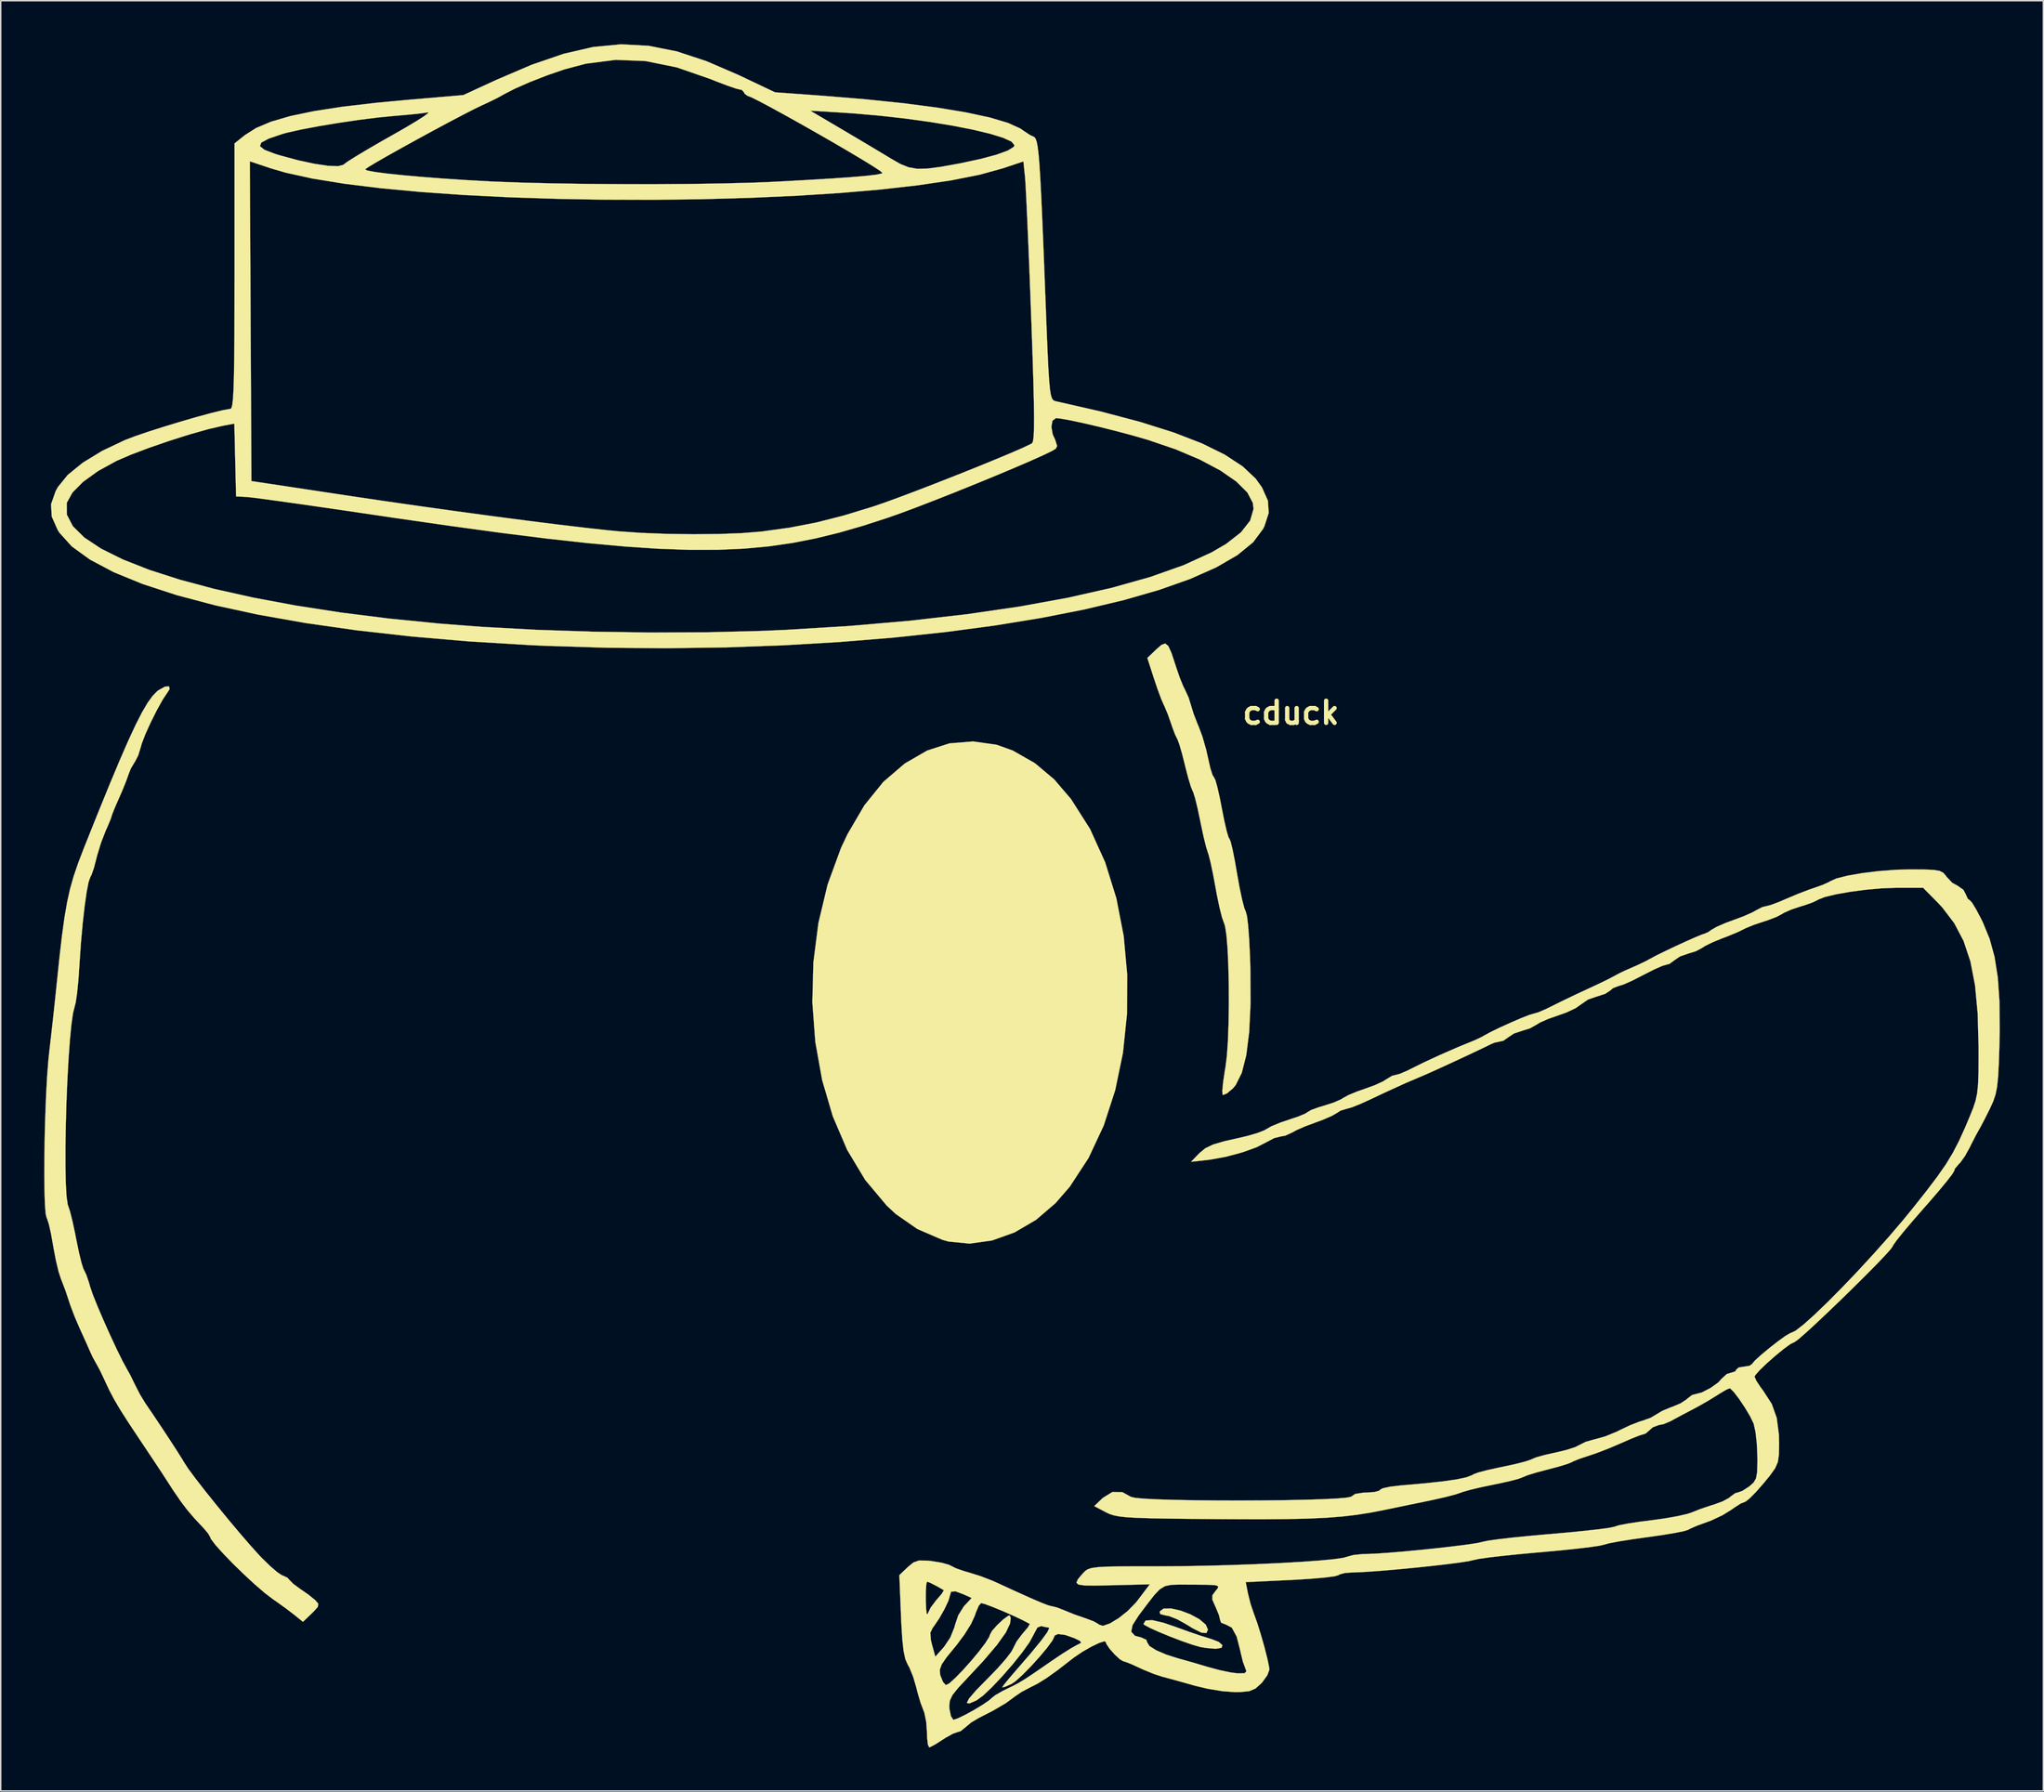
<source format=kicad_pcb>
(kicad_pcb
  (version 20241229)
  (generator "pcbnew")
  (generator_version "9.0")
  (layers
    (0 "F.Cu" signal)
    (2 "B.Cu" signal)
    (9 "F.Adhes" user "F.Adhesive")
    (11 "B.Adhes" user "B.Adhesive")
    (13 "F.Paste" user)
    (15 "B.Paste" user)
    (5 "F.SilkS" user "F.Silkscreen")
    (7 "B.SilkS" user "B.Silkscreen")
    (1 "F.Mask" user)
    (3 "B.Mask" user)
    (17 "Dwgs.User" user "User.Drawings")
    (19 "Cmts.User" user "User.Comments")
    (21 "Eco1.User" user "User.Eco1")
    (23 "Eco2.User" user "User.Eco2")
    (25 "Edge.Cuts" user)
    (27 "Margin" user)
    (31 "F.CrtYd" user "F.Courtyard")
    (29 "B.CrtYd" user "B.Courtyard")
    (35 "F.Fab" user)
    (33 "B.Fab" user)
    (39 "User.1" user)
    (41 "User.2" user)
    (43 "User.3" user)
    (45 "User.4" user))
  (footprint "cduck"
    (layer "F.Cu")
    (at 85.93 46.1)
    (property "Reference" "cduck" (at 0 0 0) (layer "F.SilkS") (effects (font (size 1.524 1.524) (thickness 0.3))))
    (attr through_hole)
    (fp_poly (pts (xy -7.607 61.899) (xy -6.919 62.16) (xy -6.303 62.496) (xy -5.867 62.868) (xy -5.715 63.211) (xy -5.823 63.449) (xy -6.168 63.42) (xy -6.78 63.115) (xy -7.197 62.855) (xy -7.833 62.5) (xy -8.408 62.275) (xy -8.643 62.234) (xy -9.004 62.14) (xy -9.044 61.965) (xy -8.776 61.762) (xy -8.262 61.753) (xy -7.607 61.899)) (stroke (width 0.01) (type solid)) (fill yes) (layer "F.SilkS"))
    (fp_poly (pts (xy -8.766 62.744) (xy -7.911 63.038) (xy -7.032 63.356) (xy -6.213 63.635) (xy -5.606 63.824) (xy -5.52 63.848) (xy -4.974 64.057) (xy -4.717 64.287) (xy -4.778 64.469) (xy -5.187 64.535) (xy -5.221 64.534) (xy -5.832 64.48) (xy -6.244 64.411) (xy -6.8 64.25) (xy -7.523 63.998) (xy -8.313 63.696) (xy -9.069 63.385) (xy -9.692 63.106) (xy -10.081 62.898) (xy -10.16 62.822) (xy -10.012 62.584) (xy -9.553 62.558) (xy -8.766 62.744)) (stroke (width 0.01) (type solid)) (fill yes) (layer "F.SilkS"))
    (fp_poly (pts (xy -20.285 2.2) (xy -19.171 2.599) (xy -17.642 3.471) (xy -16.316 4.588) (xy -15.152 5.947) (xy -13.842 8.008) (xy -12.801 10.306) (xy -12.029 12.787) (xy -11.522 15.396) (xy -11.279 18.078) (xy -11.297 20.781) (xy -11.575 23.448) (xy -12.11 26.025) (xy -12.901 28.458) (xy -13.945 30.692) (xy -15.24 32.673) (xy -16.219 33.803) (xy -17.572 34.963) (xy -19.056 35.83) (xy -20.602 36.382) (xy -22.141 36.598) (xy -23.603 36.454) (xy -24.024 36.334) (xy -25.748 35.59) (xy -27.236 34.554) (xy -27.854 33.98) (xy -29.341 32.207) (xy -30.583 30.138) (xy -31.573 27.826) (xy -32.308 25.325) (xy -32.78 22.688) (xy -32.984 19.968) (xy -32.915 17.218) (xy -32.566 14.492) (xy -31.934 11.842) (xy -31.011 9.322) (xy -30.558 8.361) (xy -29.394 6.371) (xy -28.089 4.758) (xy -26.611 3.491) (xy -25.068 2.599) (xy -23.537 2.105) (xy -21.903 1.972) (xy -20.285 2.2)) (stroke (width 0.01) (type solid)) (fill yes) (layer "F.SilkS"))
    (fp_poly (pts (xy -8.446 -4.607) (xy -8.227 -4.122) (xy -7.949 -3.28) (xy -7.921 -3.19) (xy -7.673 -2.464) (xy -7.426 -1.851) (xy -7.294 -1.587) (xy -7.052 -1.06) (xy -6.889 -0.537) (xy -6.704 0.067) (xy -6.428 0.778) (xy -6.355 0.945) (xy -6.097 1.637) (xy -5.845 2.516) (xy -5.707 3.122) (xy -5.553 3.803) (xy -5.403 4.281) (xy -5.3 4.445) (xy -5.202 4.639) (xy -5.056 5.163) (xy -4.885 5.929) (xy -4.763 6.562) (xy -4.588 7.445) (xy -4.426 8.147) (xy -4.297 8.581) (xy -4.238 8.678) (xy -4.152 8.874) (xy -4.022 9.405) (xy -3.865 10.188) (xy -3.713 11.06) (xy -3.538 12.038) (xy -3.362 12.874) (xy -3.205 13.473) (xy -3.102 13.724) (xy -3.021 14.027) (xy -2.943 14.686) (xy -2.873 15.629) (xy -2.817 16.79) (xy -2.791 17.64) (xy -2.779 20.026) (xy -2.873 22.012) (xy -3.074 23.607) (xy -3.383 24.821) (xy -3.802 25.664) (xy -3.998 25.897) (xy -4.396 26.233) (xy -4.667 26.348) (xy -4.71 26.322) (xy -4.724 26.042) (xy -4.667 25.458) (xy -4.552 24.683) (xy -4.51 24.448) (xy -4.412 23.669) (xy -4.34 22.631) (xy -4.295 21.412) (xy -4.275 20.091) (xy -4.28 18.747) (xy -4.309 17.459) (xy -4.361 16.307) (xy -4.436 15.368) (xy -4.533 14.723) (xy -4.606 14.499) (xy -4.744 14.111) (xy -4.919 13.422) (xy -5.101 12.549) (xy -5.189 12.065) (xy -5.36 11.144) (xy -5.528 10.346) (xy -5.668 9.787) (xy -5.722 9.631) (xy -5.846 9.234) (xy -6.015 8.547) (xy -6.198 7.698) (xy -6.256 7.408) (xy -6.433 6.568) (xy -6.601 5.883) (xy -6.733 5.463) (xy -6.767 5.397) (xy -6.89 5.1) (xy -7.069 4.508) (xy -7.269 3.74) (xy -7.303 3.598) (xy -7.502 2.811) (xy -7.685 2.18) (xy -7.818 1.824) (xy -7.833 1.799) (xy -7.991 1.475) (xy -8.195 0.925) (xy -8.255 0.741) (xy -8.483 0.092) (xy -8.709 -0.445) (xy -8.751 -0.529) (xy -8.932 -0.942) (xy -9.181 -1.612) (xy -9.437 -2.368) (xy -9.894 -3.783) (xy -9.276 -4.375) (xy -8.918 -4.687) (xy -8.659 -4.78) (xy -8.446 -4.607)) (stroke (width 0.01) (type solid)) (fill yes) (layer "F.SilkS"))
    (fp_poly (pts (xy -77.29 -1.635) (xy -77.417 -1.434) (xy -77.752 -0.932) (xy -78.167 -0.186) (xy -78.594 0.666) (xy -78.965 1.486) (xy -79.215 2.139) (xy -79.266 2.328) (xy -79.447 2.923) (xy -79.674 3.366) (xy -79.691 3.387) (xy -79.962 3.84) (xy -80.116 4.233) (xy -80.29 4.723) (xy -80.57 5.411) (xy -80.776 5.88) (xy -81.048 6.501) (xy -81.231 6.953) (xy -81.28 7.109) (xy -81.36 7.351) (xy -81.565 7.839) (xy -81.696 8.134) (xy -82.011 8.942) (xy -82.284 9.835) (xy -82.342 10.072) (xy -82.511 10.714) (xy -82.679 11.189) (xy -82.749 11.316) (xy -82.872 11.657) (xy -83.007 12.351) (xy -83.146 13.329) (xy -83.28 14.519) (xy -83.4 15.851) (xy -83.497 17.257) (xy -83.509 17.462) (xy -83.578 18.453) (xy -83.665 19.318) (xy -83.756 19.951) (xy -83.823 20.214) (xy -83.946 20.698) (xy -84.062 21.525) (xy -84.167 22.628) (xy -84.26 23.94) (xy -84.339 25.394) (xy -84.402 26.923) (xy -84.446 28.459) (xy -84.469 29.936) (xy -84.469 31.287) (xy -84.445 32.444) (xy -84.392 33.34) (xy -84.311 33.908) (xy -84.269 34.028) (xy -84.148 34.394) (xy -83.983 35.059) (xy -83.801 35.905) (xy -83.725 36.298) (xy -83.547 37.162) (xy -83.376 37.873) (xy -83.236 38.324) (xy -83.19 38.414) (xy -83.033 38.738) (xy -82.841 39.303) (xy -82.763 39.582) (xy -82.583 40.109) (xy -82.262 40.909) (xy -81.849 41.874) (xy -81.391 42.898) (xy -80.936 43.875) (xy -80.531 44.697) (xy -80.225 45.259) (xy -80.202 45.297) (xy -79.98 45.7) (xy -79.705 46.263) (xy -79.673 46.331) (xy -79.334 46.992) (xy -78.97 47.59) (xy -78.963 47.601) (xy -78.441 48.367) (xy -77.865 49.229) (xy -77.296 50.093) (xy -76.795 50.865) (xy -76.424 51.453) (xy -76.264 51.721) (xy -75.984 52.146) (xy -75.484 52.819) (xy -74.822 53.67) (xy -74.055 54.626) (xy -73.243 55.617) (xy -72.441 56.572) (xy -71.709 57.42) (xy -71.105 58.09) (xy -70.941 58.261) (xy -70.356 58.832) (xy -69.859 59.259) (xy -69.539 59.469) (xy -69.497 59.478) (xy -69.16 59.637) (xy -69.067 59.748) (xy -68.78 60.041) (xy -68.312 60.391) (xy -68.268 60.419) (xy -67.717 60.802) (xy -67.268 61.166) (xy -67.264 61.169) (xy -67.046 61.416) (xy -67.067 61.637) (xy -67.36 61.968) (xy -67.493 62.097) (xy -68.097 62.676) (xy -68.709 62.182) (xy -69.279 61.746) (xy -69.961 61.256) (xy -70.168 61.114) (xy -70.73 60.685) (xy -71.42 60.091) (xy -72.171 59.397) (xy -72.916 58.671) (xy -73.587 57.978) (xy -74.118 57.387) (xy -74.44 56.962) (xy -74.507 56.806) (xy -74.639 56.574) (xy -74.96 56.198) (xy -74.983 56.174) (xy -75.569 55.549) (xy -76.058 54.979) (xy -76.526 54.361) (xy -77.051 53.595) (xy -77.709 52.577) (xy -77.78 52.466) (xy -77.981 52.16) (xy -78.361 51.587) (xy -78.866 50.83) (xy -79.4 50.032) (xy -80.141 48.914) (xy -80.694 48.046) (xy -81.115 47.332) (xy -81.459 46.677) (xy -81.783 45.984) (xy -81.807 45.932) (xy -82.08 45.357) (xy -82.318 44.916) (xy -82.344 44.873) (xy -82.586 44.433) (xy -82.775 44.027) (xy -82.993 43.528) (xy -83.303 42.842) (xy -83.488 42.439) (xy -83.828 41.648) (xy -84.131 40.849) (xy -84.235 40.534) (xy -84.477 39.81) (xy -84.736 39.135) (xy -84.771 39.053) (xy -84.939 38.537) (xy -85.126 37.757) (xy -85.296 36.867) (xy -85.319 36.724) (xy -85.465 35.908) (xy -85.613 35.252) (xy -85.737 34.87) (xy -85.762 34.83) (xy -85.833 34.535) (xy -85.883 33.886) (xy -85.913 32.948) (xy -85.925 31.789) (xy -85.918 30.477) (xy -85.894 29.079) (xy -85.854 27.662) (xy -85.799 26.293) (xy -85.73 25.041) (xy -85.648 23.971) (xy -85.598 23.495) (xy -85.453 22.228) (xy -85.302 20.874) (xy -85.166 19.615) (xy -85.086 18.838) (xy -84.889 16.94) (xy -84.711 15.392) (xy -84.537 14.122) (xy -84.354 13.059) (xy -84.148 12.131) (xy -83.903 11.267) (xy -83.605 10.393) (xy -83.241 9.439) (xy -83.191 9.313) (xy -82.242 6.94) (xy -81.424 4.934) (xy -80.724 3.262) (xy -80.126 1.894) (xy -79.616 0.798) (xy -79.179 -0.056) (xy -78.8 -0.699) (xy -78.464 -1.164) (xy -78.158 -1.48) (xy -78.056 -1.56) (xy -77.609 -1.806) (xy -77.326 -1.826) (xy -77.29 -1.635)) (stroke (width 0.01) (type solid)) (fill yes) (layer "F.SilkS"))
    (fp_poly (pts (xy -44.263 -45.993) (xy -42.329 -45.607) (xy -40.292 -44.937) (xy -38.084 -43.985) (xy -37.952 -43.923) (xy -35.56 -42.786) (xy -32.332 -42.552) (xy -29.366 -42.309) (xy -26.707 -42.034) (xy -24.373 -41.73) (xy -22.382 -41.4) (xy -20.751 -41.048) (xy -19.501 -40.677) (xy -18.647 -40.289) (xy -18.415 -40.125) (xy -17.966 -39.831) (xy -17.759 -39.739) (xy -17.667 -39.684) (xy -17.587 -39.568) (xy -17.516 -39.357) (xy -17.451 -39.018) (xy -17.391 -38.517) (xy -17.333 -37.82) (xy -17.274 -36.895) (xy -17.212 -35.707) (xy -17.144 -34.224) (xy -17.068 -32.411) (xy -16.982 -30.236) (xy -16.903 -28.199) (xy -16.831 -26.353) (xy -16.77 -24.885) (xy -16.715 -23.751) (xy -16.662 -22.908) (xy -16.606 -22.311) (xy -16.542 -21.916) (xy -16.467 -21.678) (xy -16.375 -21.554) (xy -16.261 -21.499) (xy -16.209 -21.486) (xy -13.094 -20.775) (xy -10.388 -20.059) (xy -8.073 -19.329) (xy -6.135 -18.58) (xy -4.559 -17.804) (xy -3.328 -16.997) (xy -2.427 -16.15) (xy -1.99 -15.541) (xy -1.581 -14.623) (xy -1.528 -13.777) (xy -1.827 -12.859) (xy -1.911 -12.689) (xy -2.598 -11.764) (xy -3.684 -10.876) (xy -5.144 -10.029) (xy -6.953 -9.227) (xy -9.087 -8.473) (xy -11.523 -7.772) (xy -14.236 -7.127) (xy -17.203 -6.543) (xy -20.398 -6.022) (xy -23.798 -5.569) (xy -27.379 -5.188) (xy -31.117 -4.882) (xy -34.987 -4.655) (xy -38.966 -4.511) (xy -43.029 -4.455) (xy -47.152 -4.488) (xy -51.311 -4.617) (xy -52.492 -4.671) (xy -56.681 -4.926) (xy -60.664 -5.269) (xy -64.421 -5.693) (xy -67.932 -6.194) (xy -71.179 -6.769) (xy -74.143 -7.411) (xy -76.803 -8.116) (xy -79.142 -8.88) (xy -81.139 -9.697) (xy -82.775 -10.564) (xy -84.032 -11.475) (xy -84.889 -12.426) (xy -85.005 -12.611) (xy -85.414 -13.534) (xy -85.461 -14.381) (xy -85.434 -14.459) (xy -84.378 -14.459) (xy -84.37 -13.662) (xy -83.959 -12.869) (xy -83.165 -12.086) (xy -82.009 -11.319) (xy -80.51 -10.575) (xy -78.69 -9.859) (xy -76.568 -9.177) (xy -74.165 -8.536) (xy -71.501 -7.942) (xy -68.597 -7.4) (xy -65.472 -6.916) (xy -62.147 -6.498) (xy -58.642 -6.15) (xy -55.774 -5.93) (xy -52.064 -5.727) (xy -48.139 -5.596) (xy -44.141 -5.538) (xy -40.21 -5.555) (xy -36.488 -5.648) (xy -34.819 -5.72) (xy -30.413 -5.991) (xy -26.244 -6.352) (xy -22.333 -6.8) (xy -18.701 -7.329) (xy -15.37 -7.936) (xy -12.36 -8.617) (xy -9.693 -9.367) (xy -7.389 -10.183) (xy -5.472 -11.06) (xy -4.466 -11.645) (xy -3.443 -12.442) (xy -2.808 -13.251) (xy -2.575 -14.053) (xy -2.619 -14.469) (xy -2.999 -15.193) (xy -3.759 -15.948) (xy -4.862 -16.711) (xy -6.268 -17.459) (xy -7.94 -18.168) (xy -9.838 -18.815) (xy -9.842 -18.817) (xy -10.88 -19.117) (xy -12.029 -19.424) (xy -13.199 -19.718) (xy -14.299 -19.975) (xy -15.235 -20.174) (xy -15.918 -20.295) (xy -16.19 -20.32) (xy -16.43 -20.147) (xy -16.507 -19.724) (xy -16.414 -19.193) (xy -16.251 -18.841) (xy -16.111 -18.396) (xy -16.205 -18.212) (xy -16.492 -18.041) (xy -17.114 -17.743) (xy -18.01 -17.343) (xy -19.12 -16.865) (xy -20.384 -16.335) (xy -21.742 -15.777) (xy -23.132 -15.216) (xy -24.496 -14.677) (xy -25.772 -14.184) (xy -26.9 -13.763) (xy -27.817 -13.44) (xy -29.508 -12.893) (xy -31.137 -12.423) (xy -32.736 -12.031) (xy -34.34 -11.716) (xy -35.981 -11.479) (xy -37.692 -11.32) (xy -39.507 -11.239) (xy -41.459 -11.236) (xy -43.58 -11.312) (xy -45.905 -11.468) (xy -48.467 -11.702) (xy -51.298 -12.015) (xy -54.431 -12.408) (xy -57.901 -12.881) (xy -61.74 -13.434) (xy -63.374 -13.675) (xy -65.175 -13.941) (xy -66.87 -14.188) (xy -68.407 -14.409) (xy -69.736 -14.595) (xy -70.802 -14.741) (xy -71.555 -14.838) (xy -71.943 -14.88) (xy -71.947 -14.88) (xy -72.707 -14.922) (xy -72.767 -17.432) (xy -72.827 -19.941) (xy -73.612 -19.794) (xy -74.626 -19.559) (xy -75.897 -19.199) (xy -77.295 -18.758) (xy -78.688 -18.278) (xy -79.945 -17.803) (xy -80.935 -17.377) (xy -80.963 -17.364) (xy -82.226 -16.669) (xy -83.252 -15.929) (xy -83.984 -15.19) (xy -84.366 -14.503) (xy -84.378 -14.459) (xy -85.434 -14.459) (xy -85.147 -15.28) (xy -84.986 -15.573) (xy -84.313 -16.402) (xy -83.278 -17.245) (xy -81.94 -18.062) (xy -80.358 -18.812) (xy -80.344 -18.818) (xy -79.649 -19.081) (xy -78.719 -19.398) (xy -77.643 -19.741) (xy -76.508 -20.085) (xy -75.404 -20.405) (xy -74.417 -20.673) (xy -73.637 -20.864) (xy -73.151 -20.952) (xy -73.095 -20.955) (xy -73.025 -21.022) (xy -72.967 -21.245) (xy -72.921 -21.657) (xy -72.884 -22.291) (xy -72.856 -23.18) (xy -72.836 -24.358) (xy -72.823 -25.858) (xy -72.816 -27.712) (xy -72.813 -29.955) (xy -72.813 -30.11) (xy -72.813 -38.027) (xy -71.759 -38.027) (xy -71.704 -27.004) (xy -71.649 -15.981) (xy -65.088 -14.989) (xy -62.595 -14.619) (xy -60.047 -14.253) (xy -57.506 -13.898) (xy -55.034 -13.563) (xy -52.695 -13.257) (xy -50.55 -12.987) (xy -48.662 -12.762) (xy -47.093 -12.59) (xy -46.355 -12.518) (xy -44.782 -12.408) (xy -43.021 -12.34) (xy -41.195 -12.314) (xy -39.423 -12.331) (xy -37.829 -12.392) (xy -36.533 -12.496) (xy -36.521 -12.497) (xy -34.552 -12.768) (xy -32.706 -13.125) (xy -30.814 -13.607) (xy -28.803 -14.222) (xy -28.004 -14.496) (xy -26.962 -14.876) (xy -25.744 -15.336) (xy -24.418 -15.848) (xy -23.051 -16.386) (xy -21.712 -16.921) (xy -20.467 -17.429) (xy -19.384 -17.881) (xy -18.532 -18.25) (xy -17.977 -18.511) (xy -17.841 -18.586) (xy -17.777 -18.716) (xy -17.733 -19.034) (xy -17.708 -19.574) (xy -17.702 -20.367) (xy -17.716 -21.446) (xy -17.75 -22.843) (xy -17.804 -24.59) (xy -17.878 -26.72) (xy -17.9 -27.313) (xy -17.972 -29.221) (xy -18.043 -31.035) (xy -18.112 -32.703) (xy -18.177 -34.171) (xy -18.234 -35.389) (xy -18.281 -36.302) (xy -18.317 -36.86) (xy -18.325 -36.948) (xy -18.435 -38.019) (xy -19.854 -37.544) (xy -21.451 -37.103) (xy -23.424 -36.712) (xy -25.727 -36.371) (xy -28.316 -36.079) (xy -31.145 -35.838) (xy -34.169 -35.646) (xy -37.343 -35.505) (xy -40.622 -35.414) (xy -43.962 -35.372) (xy -47.317 -35.381) (xy -50.641 -35.439) (xy -53.891 -35.547) (xy -57.022 -35.706) (xy -59.987 -35.914) (xy -62.742 -36.172) (xy -65.242 -36.48) (xy -67.443 -36.838) (xy -69.298 -37.246) (xy -70.072 -37.473) (xy -63.812 -37.473) (xy -63.655 -37.391) (xy -63.128 -37.292) (xy -62.287 -37.182) (xy -61.184 -37.067) (xy -59.874 -36.95) (xy -58.411 -36.838) (xy -56.848 -36.735) (xy -55.239 -36.646) (xy -54.908 -36.63) (xy -53.054 -36.56) (xy -50.915 -36.507) (xy -48.581 -36.471) (xy -46.141 -36.453) (xy -43.685 -36.452) (xy -41.304 -36.468) (xy -39.086 -36.503) (xy -37.123 -36.555) (xy -35.666 -36.615) (xy -33.459 -36.735) (xy -31.659 -36.843) (xy -30.25 -36.942) (xy -29.214 -37.031) (xy -28.537 -37.113) (xy -28.2 -37.189) (xy -28.154 -37.228) (xy -28.331 -37.379) (xy -28.819 -37.699) (xy -29.557 -38.153) (xy -30.485 -38.705) (xy -31.541 -39.323) (xy -32.667 -39.97) (xy -33.8 -40.613) (xy -34.881 -41.216) (xy -35.433 -41.518) (xy -33.126 -41.518) (xy -30.903 -40.207) (xy -29.9 -39.613) (xy -28.901 -39.018) (xy -28.034 -38.499) (xy -27.517 -38.186) (xy -26.902 -37.838) (xy -26.35 -37.616) (xy -25.767 -37.514) (xy -25.06 -37.526) (xy -24.135 -37.647) (xy -22.899 -37.87) (xy -22.779 -37.893) (xy -21.39 -38.19) (xy -20.29 -38.485) (xy -19.516 -38.766) (xy -19.107 -39.02) (xy -19.05 -39.138) (xy -19.253 -39.382) (xy -19.829 -39.647) (xy -20.728 -39.925) (xy -21.903 -40.206) (xy -23.302 -40.481) (xy -24.878 -40.741) (xy -26.58 -40.975) (xy -28.361 -41.176) (xy -30.17 -41.333) (xy -30.903 -41.382) (xy -33.126 -41.518) (xy -35.433 -41.518) (xy -35.848 -41.746) (xy -36.642 -42.167) (xy -37.201 -42.445) (xy -37.465 -42.545) (xy -37.465 -42.545) (xy -37.671 -42.706) (xy -37.677 -42.757) (xy -37.844 -42.952) (xy -37.949 -42.968) (xy -38.255 -43.044) (xy -38.848 -43.248) (xy -39.624 -43.543) (xy -40.033 -43.707) (xy -42.327 -44.502) (xy -44.472 -44.939) (xy -46.538 -45.023) (xy -48.594 -44.759) (xy -50.093 -44.36) (xy -51.277 -43.951) (xy -52.456 -43.49) (xy -53.503 -43.029) (xy -54.293 -42.622) (xy -54.398 -42.558) (xy -54.765 -42.361) (xy -55.359 -42.072) (xy -55.774 -41.881) (xy -56.327 -41.613) (xy -57.112 -41.21) (xy -58.065 -40.708) (xy -59.118 -40.143) (xy -60.204 -39.552) (xy -61.257 -38.971) (xy -62.21 -38.437) (xy -62.997 -37.987) (xy -63.551 -37.656) (xy -63.805 -37.482) (xy -63.812 -37.473) (xy -70.072 -37.473) (xy -70.328 -37.548) (xy -71.759 -38.027) (xy -72.813 -38.027) (xy -72.813 -39.072) (xy -71.063 -39.072) (xy -70.75 -38.821) (xy -70.031 -38.545) (xy -69.701 -38.444) (xy -68.448 -38.104) (xy -67.314 -37.859) (xy -66.367 -37.717) (xy -65.677 -37.69) (xy -65.314 -37.787) (xy -65.299 -37.802) (xy -65.05 -37.989) (xy -64.498 -38.34) (xy -63.707 -38.814) (xy -62.747 -39.372) (xy -62.018 -39.784) (xy -61.045 -40.341) (xy -60.26 -40.81) (xy -59.713 -41.162) (xy -59.449 -41.366) (xy -59.478 -41.401) (xy -59.94 -41.335) (xy -60.679 -41.256) (xy -61.547 -41.179) (xy -61.701 -41.168) (xy -62.869 -41.054) (xy -64.216 -40.885) (xy -65.632 -40.677) (xy -67.007 -40.449) (xy -68.232 -40.217) (xy -69.198 -40) (xy -69.532 -39.907) (xy -70.457 -39.591) (xy -70.966 -39.32) (xy -71.063 -39.072) (xy -72.813 -39.072) (xy -72.813 -39.264) (xy -72.097 -39.836) (xy -71.325 -40.326) (xy -70.294 -40.76) (xy -68.975 -41.146) (xy -67.34 -41.488) (xy -65.36 -41.793) (xy -63.007 -42.068) (xy -60.96 -42.259) (xy -57.044 -42.594) (xy -54.78 -43.637) (xy -52.335 -44.684) (xy -50.129 -45.441) (xy -48.094 -45.912) (xy -46.161 -46.095) (xy -44.263 -45.993)) (stroke (width 0.01) (type solid)) (fill yes) (layer "F.SilkS"))
    (fp_poly (pts (xy 43.653 10.801) (xy 44.31 10.83) (xy 44.72 10.899) (xy 44.97 11.027) (xy 45.148 11.231) (xy 45.196 11.302) (xy 45.59 11.72) (xy 45.957 11.921) (xy 46.358 12.202) (xy 46.501 12.473) (xy 46.662 12.824) (xy 46.788 12.912) (xy 46.954 13.089) (xy 47.24 13.56) (xy 47.595 14.235) (xy 47.702 14.454) (xy 48.167 15.588) (xy 48.506 16.829) (xy 48.729 18.247) (xy 48.844 19.911) (xy 48.862 21.89) (xy 48.841 22.907) (xy 48.8 24.172) (xy 48.75 25.103) (xy 48.68 25.787) (xy 48.575 26.312) (xy 48.422 26.768) (xy 48.208 27.242) (xy 48.178 27.305) (xy 47.839 27.982) (xy 47.55 28.534) (xy 47.408 28.787) (xy 47.196 29.169) (xy 46.901 29.746) (xy 46.793 29.969) (xy 46.464 30.562) (xy 46.141 31.013) (xy 46.048 31.106) (xy 45.775 31.426) (xy 45.72 31.589) (xy 45.586 31.813) (xy 45.218 32.29) (xy 44.663 32.961) (xy 43.973 33.764) (xy 43.603 34.184) (xy 42.865 35.03) (xy 42.238 35.772) (xy 41.773 36.35) (xy 41.519 36.704) (xy 41.487 36.777) (xy 41.341 36.987) (xy 40.939 37.434) (xy 40.336 38.064) (xy 39.584 38.825) (xy 38.739 39.663) (xy 37.854 40.527) (xy 36.983 41.364) (xy 36.181 42.12) (xy 35.501 42.744) (xy 34.997 43.183) (xy 34.723 43.385) (xy 34.699 43.392) (xy 34.43 43.524) (xy 33.962 43.866) (xy 33.391 44.335) (xy 32.812 44.846) (xy 32.322 45.316) (xy 32.017 45.662) (xy 31.962 45.774) (xy 32.082 46.05) (xy 32.388 46.514) (xy 32.564 46.748) (xy 33.146 47.649) (xy 33.491 48.611) (xy 33.641 49.773) (xy 33.655 50.397) (xy 33.643 51.132) (xy 33.571 51.647) (xy 33.382 52.086) (xy 33.018 52.594) (xy 32.589 53.117) (xy 32.06 53.722) (xy 31.616 54.172) (xy 31.337 54.39) (xy 31.305 54.398) (xy 31.011 54.517) (xy 30.546 54.815) (xy 30.389 54.93) (xy 29.749 55.326) (xy 28.961 55.695) (xy 28.657 55.807) (xy 28.019 56.038) (xy 27.54 56.244) (xy 27.399 56.325) (xy 27.113 56.418) (xy 26.495 56.544) (xy 25.634 56.687) (xy 24.62 56.832) (xy 24.541 56.842) (xy 23.505 56.988) (xy 22.604 57.132) (xy 21.931 57.261) (xy 21.579 57.356) (xy 21.571 57.36) (xy 21.263 57.431) (xy 20.604 57.527) (xy 19.665 57.638) (xy 18.517 57.756) (xy 17.233 57.874) (xy 17.126 57.883) (xy 15.826 58.001) (xy 14.651 58.121) (xy 13.674 58.235) (xy 12.967 58.335) (xy 12.604 58.412) (xy 12.594 58.416) (xy 12.248 58.495) (xy 11.564 58.599) (xy 10.627 58.718) (xy 9.52 58.843) (xy 8.327 58.966) (xy 7.134 59.079) (xy 6.023 59.172) (xy 5.079 59.238) (xy 4.387 59.267) (xy 4.299 59.267) (xy 3.722 59.307) (xy 3.35 59.408) (xy 3.298 59.451) (xy 3.057 59.525) (xy 2.47 59.607) (xy 1.614 59.687) (xy 0.566 59.759) (xy 0.036 59.787) (xy -3.111 59.939) (xy -2.959 60.714) (xy -2.777 61.44) (xy -2.55 62.113) (xy -2.545 62.124) (xy -2.323 62.739) (xy -2.072 63.539) (xy -1.828 64.397) (xy -1.627 65.183) (xy -1.504 65.771) (xy -1.482 65.973) (xy -1.62 66.354) (xy -1.963 66.832) (xy -2.05 66.928) (xy -2.44 67.275) (xy -2.858 67.453) (xy -3.463 67.517) (xy -3.852 67.522) (xy -4.711 67.458) (xy -5.734 67.291) (xy -6.617 67.08) (xy -7.473 66.837) (xy -8.26 66.62) (xy -8.813 66.474) (xy -8.824 66.471) (xy -9.439 66.271) (xy -10.175 65.97) (xy -10.425 65.854) (xy -11.001 65.591) (xy -11.419 65.429) (xy -11.525 65.405) (xy -11.783 65.261) (xy -12.151 64.92) (xy -12.507 64.515) (xy -12.727 64.18) (xy -12.747 64.079) (xy -12.857 64.015) (xy -13.226 64.135) (xy -13.759 64.391) (xy -14.36 64.735) (xy -14.933 65.122) (xy -15.075 65.23) (xy -16.07 66.001) (xy -16.839 66.552) (xy -17.47 66.943) (xy -17.984 67.203) (xy -18.575 67.516) (xy -19.045 67.836) (xy -19.081 67.867) (xy -19.66 68.29) (xy -20.55 68.81) (xy -21.501 69.297) (xy -22.037 69.614) (xy -22.422 69.938) (xy -22.427 69.944) (xy -22.772 70.219) (xy -22.962 70.273) (xy -23.287 70.385) (xy -23.793 70.665) (xy -24.004 70.802) (xy -24.508 71.123) (xy -24.863 71.311) (xy -24.933 71.331) (xy -25.02 71.14) (xy -25.074 70.655) (xy -25.083 70.303) (xy -25.135 69.576) (xy -25.263 68.948) (xy -25.33 68.769) (xy -25.524 68.26) (xy -25.733 67.552) (xy -25.819 67.204) (xy -26.034 66.468) (xy -26.237 65.969) (xy -24.197 65.969) (xy -24.177 66.3) (xy -24.159 66.375) (xy -23.975 66.826) (xy -23.781 67.038) (xy -23.55 66.922) (xy -23.134 66.549) (xy -22.606 66.003) (xy -22.036 65.364) (xy -21.495 64.715) (xy -21.057 64.136) (xy -20.79 63.71) (xy -20.743 63.563) (xy -20.598 63.298) (xy -20.251 62.905) (xy -19.837 62.517) (xy -19.489 62.264) (xy -19.386 62.23) (xy -19.307 62.405) (xy -19.356 62.79) (xy -19.644 63.406) (xy -20.261 64.27) (xy -21.209 65.384) (xy -22.331 66.586) (xy -22.954 67.253) (xy -23.327 67.726) (xy -23.506 68.102) (xy -23.546 68.478) (xy -23.535 68.666) (xy -23.437 69.164) (xy -23.278 69.418) (xy -23.243 69.427) (xy -22.951 69.328) (xy -22.421 69.071) (xy -21.885 68.779) (xy -21.267 68.406) (xy -20.81 68.095) (xy -20.633 67.938) (xy -20.383 67.738) (xy -19.89 67.454) (xy -19.623 67.321) (xy -19.163 67.098) (xy -18.774 66.892) (xy -18.366 66.647) (xy -17.849 66.307) (xy -17.133 65.816) (xy -16.522 65.393) (xy -15.808 64.911) (xy -15.18 64.515) (xy -14.757 64.277) (xy -14.711 64.256) (xy -14.46 64.124) (xy -14.529 63.995) (xy -14.922 63.802) (xy -15.56 63.578) (xy -16.052 63.516) (xy -16.29 63.625) (xy -16.298 63.67) (xy -16.438 63.967) (xy -16.806 64.469) (xy -17.323 65.087) (xy -17.909 65.735) (xy -18.488 66.324) (xy -18.978 66.767) (xy -19.248 66.954) (xy -19.679 67.147) (xy -19.892 67.198) (xy -19.897 67.19) (xy -19.767 67) (xy -19.427 66.582) (xy -18.945 66.021) (xy -18.891 65.959) (xy -17.917 64.832) (xy -17.215 63.975) (xy -16.792 63.398) (xy -16.772 63.354) (xy -11.005 63.354) (xy -10.751 63.635) (xy -10.303 63.757) (xy -9.964 63.915) (xy -9.899 64.097) (xy -9.75 64.341) (xy -9.278 64.638) (xy -8.571 64.942) (xy -7.726 65.207) (xy -7.188 65.356) (xy -6.424 65.577) (xy -5.715 65.788) (xy -4.89 66.01) (xy -4.121 66.169) (xy -3.644 66.228) (xy -3.186 66.213) (xy -3.064 66.084) (xy -3.14 65.881) (xy -3.304 65.431) (xy -3.458 64.804) (xy -3.478 64.698) (xy -3.735 63.692) (xy -4.07 63.077) (xy -4.474 62.865) (xy -4.479 62.865) (xy -4.803 62.737) (xy -4.868 62.58) (xy -4.958 62.208) (xy -5.177 61.678) (xy -5.207 61.615) (xy -5.416 61.138) (xy -5.408 60.838) (xy -5.178 60.528) (xy -5.175 60.524) (xy -5.02 60.335) (xy -5.014 60.215) (xy -5.221 60.149) (xy -5.705 60.12) (xy -6.53 60.113) (xy -6.83 60.113) (xy -7.663 60.107) (xy -8.248 60.124) (xy -8.674 60.213) (xy -9.03 60.427) (xy -9.403 60.815) (xy -9.881 61.43) (xy -10.478 62.222) (xy -10.912 62.896) (xy -11.005 63.354) (xy -16.772 63.354) (xy -16.656 63.11) (xy -16.692 63.077) (xy -17.068 63.006) (xy -17.189 62.965) (xy -17.469 63.065) (xy -17.734 63.559) (xy -17.737 63.568) (xy -18.015 64.079) (xy -18.52 64.787) (xy -19.172 65.601) (xy -19.893 66.429) (xy -20.603 67.182) (xy -21.224 67.768) (xy -21.663 68.088) (xy -22.16 68.303) (xy -22.336 68.265) (xy -22.187 67.969) (xy -21.713 67.414) (xy -20.911 66.596) (xy -20.901 66.586) (xy -20.219 65.884) (xy -19.651 65.24) (xy -19.269 64.739) (xy -19.151 64.52) (xy -18.905 64.032) (xy -18.504 63.498) (xy -18.46 63.449) (xy -18.133 63.064) (xy -18 62.834) (xy -18.007 62.814) (xy -18.476 62.564) (xy -19.141 62.251) (xy -19.883 61.925) (xy -20.582 61.638) (xy -21.119 61.441) (xy -21.355 61.383) (xy -21.513 61.566) (xy -21.71 62.025) (xy -21.78 62.241) (xy -22.043 62.817) (xy -22.505 63.557) (xy -23.073 64.317) (xy -23.177 64.442) (xy -23.744 65.134) (xy -24.068 65.612) (xy -24.197 65.969) (xy -26.237 65.969) (xy -26.296 65.824) (xy -26.412 65.617) (xy -26.573 65.255) (xy -26.696 64.685) (xy -26.787 63.841) (xy -26.812 63.427) (xy -24.851 63.427) (xy -24.816 63.926) (xy -24.737 64.245) (xy -24.508 65.075) (xy -23.907 64.403) (xy -23.477 63.762) (xy -23.19 63.048) (xy -23.163 62.927) (xy -22.928 62.23) (xy -22.547 61.617) (xy -22.512 61.578) (xy -22.004 61.032) (xy -22.548 60.785) (xy -23.126 60.569) (xy -23.421 60.6) (xy -23.495 60.842) (xy -23.603 61.219) (xy -23.876 61.798) (xy -24.236 62.434) (xy -24.606 62.982) (xy -24.69 63.087) (xy -24.851 63.427) (xy -26.812 63.427) (xy -26.858 62.657) (xy -26.874 62.271) (xy -26.916 61.225) (xy -25.164 61.225) (xy -25.138 61.832) (xy -25.092 62.155) (xy -25.038 62.126) (xy -25.037 62.124) (xy -24.827 61.689) (xy -24.446 61.183) (xy -24.389 61.121) (xy -24.061 60.737) (xy -23.926 60.506) (xy -23.934 60.486) (xy -24.423 60.206) (xy -24.861 59.984) (xy -25.08 59.902) (xy -25.132 60.094) (xy -25.162 60.597) (xy -25.164 61.225) (xy -26.916 61.225) (xy -26.988 59.455) (xy -26.415 58.907) (xy -26.022 58.583) (xy -25.631 58.446) (xy -25.069 58.454) (xy -24.752 58.488) (xy -24.081 58.598) (xy -23.574 58.738) (xy -23.42 58.815) (xy -23.078 58.986) (xy -22.499 59.186) (xy -22.225 59.263) (xy -21.406 59.519) (xy -20.582 59.835) (xy -20.426 59.904) (xy -19.042 60.54) (xy -17.999 61.009) (xy -17.258 61.33) (xy -16.779 61.518) (xy -16.521 61.592) (xy -16.489 61.595) (xy -16.149 61.676) (xy -15.637 61.873) (xy -15.589 61.894) (xy -14.91 62.169) (xy -14.172 62.426) (xy -14.132 62.439) (xy -13.596 62.64) (xy -13.26 62.831) (xy -13.227 62.868) (xy -12.954 62.953) (xy -12.476 62.788) (xy -11.881 62.43) (xy -11.257 61.935) (xy -10.692 61.358) (xy -10.552 61.182) (xy -9.725 60.089) (xy -12.357 60.154) (xy -13.479 60.177) (xy -14.225 60.168) (xy -14.643 60.106) (xy -14.78 59.971) (xy -14.683 59.743) (xy -14.4 59.403) (xy -14.325 59.32) (xy -14.172 59.165) (xy -13.993 59.047) (xy -13.73 58.963) (xy -13.326 58.906) (xy -12.724 58.871) (xy -11.869 58.853) (xy -10.701 58.847) (xy -9.224 58.847) (xy -7.547 58.837) (xy -5.802 58.806) (xy -4.044 58.758) (xy -2.329 58.696) (xy -0.715 58.621) (xy 0.744 58.538) (xy 1.99 58.448) (xy 2.967 58.355) (xy 3.619 58.261) (xy 3.86 58.192) (xy 4.299 58.069) (xy 4.939 58.002) (xy 5.13 57.998) (xy 5.771 57.977) (xy 6.676 57.916) (xy 7.76 57.826) (xy 8.937 57.715) (xy 10.122 57.592) (xy 11.229 57.465) (xy 12.172 57.345) (xy 12.866 57.239) (xy 13.226 57.156) (xy 13.229 57.155) (xy 13.564 57.082) (xy 14.249 56.985) (xy 15.213 56.873) (xy 16.384 56.755) (xy 17.689 56.637) (xy 17.884 56.621) (xy 19.186 56.506) (xy 20.347 56.39) (xy 21.3 56.281) (xy 21.977 56.187) (xy 22.311 56.116) (xy 22.329 56.106) (xy 22.618 56.015) (xy 23.229 55.898) (xy 24.065 55.771) (xy 24.765 55.683) (xy 25.763 55.546) (xy 26.666 55.386) (xy 27.352 55.227) (xy 27.622 55.136) (xy 28.248 54.888) (xy 28.995 54.638) (xy 29.16 54.589) (xy 29.769 54.367) (xy 30.213 54.123) (xy 30.297 54.047) (xy 30.64 53.798) (xy 30.795 53.763) (xy 31.132 53.641) (xy 31.589 53.345) (xy 31.616 53.325) (xy 31.9 53.069) (xy 32.065 52.78) (xy 32.142 52.344) (xy 32.16 51.647) (xy 32.157 51.261) (xy 32.117 50.376) (xy 32.026 49.573) (xy 31.903 49.018) (xy 31.893 48.991) (xy 31.655 48.502) (xy 31.299 47.906) (xy 30.902 47.313) (xy 30.538 46.835) (xy 30.284 46.585) (xy 30.245 46.571) (xy 30.003 46.675) (xy 29.556 46.94) (xy 29.398 47.043) (xy 28.77 47.43) (xy 28.003 47.865) (xy 27.657 48.048) (xy 26.984 48.401) (xy 26.399 48.715) (xy 26.176 48.839) (xy 25.68 49.047) (xy 25.373 49.104) (xy 24.954 49.258) (xy 24.765 49.424) (xy 24.455 49.69) (xy 24.307 49.742) (xy 24.028 49.824) (xy 23.484 50.04) (xy 22.798 50.34) (xy 21.945 50.705) (xy 21.081 51.039) (xy 20.532 51.225) (xy 19.918 51.427) (xy 19.47 51.607) (xy 19.367 51.664) (xy 19.068 51.787) (xy 18.479 51.968) (xy 17.725 52.168) (xy 17.674 52.181) (xy 16.914 52.382) (xy 16.311 52.568) (xy 15.989 52.7) (xy 15.981 52.706) (xy 15.687 52.817) (xy 15.087 52.974) (xy 14.291 53.151) (xy 13.97 53.215) (xy 13.095 53.397) (xy 12.342 53.577) (xy 11.837 53.723) (xy 11.748 53.758) (xy 11.345 53.892) (xy 10.66 54.071) (xy 9.824 54.261) (xy 9.631 54.302) (xy 8.567 54.522) (xy 7.42 54.759) (xy 6.456 54.959) (xy 5.484 55.147) (xy 4.532 55.298) (xy 3.539 55.414) (xy 2.447 55.5) (xy 1.196 55.558) (xy -0.275 55.591) (xy -2.024 55.604) (xy -4.113 55.598) (xy -5.08 55.592) (xy -6.982 55.576) (xy -8.509 55.558) (xy -9.708 55.535) (xy -10.629 55.505) (xy -11.318 55.464) (xy -11.825 55.409) (xy -12.196 55.337) (xy -12.481 55.246) (xy -12.727 55.133) (xy -12.756 55.117) (xy -13.554 54.696) (xy -12.964 54.131) (xy -12.301 53.722) (xy -11.608 53.736) (xy -11.027 54.058) (xy -10.735 54.127) (xy -10.089 54.185) (xy -9.145 54.232) (xy -7.963 54.268) (xy -6.6 54.293) (xy -5.116 54.307) (xy -3.568 54.311) (xy -2.015 54.304) (xy -0.515 54.288) (xy 0.873 54.261) (xy 2.092 54.223) (xy 3.083 54.177) (xy 3.787 54.12) (xy 4.147 54.053) (xy 4.18 54.028) (xy 4.442 53.853) (xy 5.014 53.768) (xy 5.203 53.763) (xy 5.765 53.725) (xy 6.099 53.629) (xy 6.138 53.576) (xy 6.332 53.466) (xy 6.839 53.357) (xy 7.551 53.272) (xy 7.567 53.271) (xy 9.225 53.125) (xy 10.503 52.987) (xy 11.446 52.851) (xy 12.098 52.71) (xy 12.502 52.556) (xy 12.594 52.498) (xy 12.888 52.386) (xy 13.487 52.227) (xy 14.281 52.049) (xy 14.592 51.986) (xy 15.431 51.805) (xy 16.117 51.632) (xy 16.538 51.494) (xy 16.603 51.46) (xy 16.915 51.331) (xy 17.511 51.166) (xy 18.203 51.012) (xy 18.962 50.832) (xy 19.58 50.635) (xy 19.897 50.478) (xy 20.314 50.267) (xy 20.912 50.095) (xy 20.987 50.08) (xy 21.662 49.89) (xy 22.43 49.578) (xy 22.68 49.454) (xy 23.375 49.123) (xy 24.036 48.867) (xy 24.236 48.808) (xy 24.802 48.605) (xy 25.188 48.376) (xy 25.597 48.13) (xy 26.187 47.884) (xy 26.283 47.853) (xy 26.86 47.611) (xy 27.274 47.339) (xy 27.314 47.297) (xy 27.656 47.035) (xy 27.828 46.99) (xy 28.321 46.862) (xy 28.931 46.549) (xy 29.468 46.163) (xy 29.696 45.91) (xy 30.051 45.586) (xy 30.319 45.508) (xy 30.635 45.409) (xy 30.692 45.297) (xy 30.872 45.136) (xy 31.203 45.085) (xy 31.623 45.017) (xy 31.785 44.897) (xy 31.985 44.66) (xy 32.419 44.266) (xy 32.982 43.797) (xy 33.572 43.336) (xy 34.084 42.966) (xy 34.416 42.77) (xy 34.466 42.757) (xy 34.788 42.603) (xy 35.344 42.171) (xy 36.089 41.504) (xy 36.983 40.645) (xy 37.983 39.637) (xy 39.046 38.524) (xy 40.129 37.349) (xy 41.192 36.156) (xy 42.19 34.988) (xy 42.848 34.184) (xy 43.816 32.96) (xy 44.566 31.97) (xy 45.153 31.127) (xy 45.63 30.34) (xy 46.053 29.522) (xy 46.478 28.585) (xy 46.795 27.834) (xy 47.031 27.248) (xy 47.197 26.746) (xy 47.306 26.235) (xy 47.369 25.622) (xy 47.398 24.816) (xy 47.406 23.724) (xy 47.405 23.072) (xy 47.344 20.754) (xy 47.161 18.792) (xy 46.84 17.132) (xy 46.366 15.718) (xy 45.724 14.497) (xy 44.898 13.414) (xy 44.572 13.067) (xy 43.584 12.065) (xy 41.68 12.065) (xy 40.703 12.101) (xy 39.626 12.198) (xy 38.549 12.341) (xy 37.574 12.513) (xy 36.804 12.699) (xy 36.339 12.882) (xy 36.301 12.909) (xy 35.981 13.066) (xy 35.419 13.265) (xy 35.137 13.35) (xy 34.491 13.565) (xy 33.987 13.788) (xy 33.867 13.863) (xy 33.476 14.07) (xy 32.866 14.304) (xy 32.597 14.389) (xy 31.922 14.615) (xy 31.36 14.844) (xy 31.221 14.915) (xy 30.778 15.129) (xy 30.123 15.401) (xy 29.739 15.546) (xy 29.073 15.817) (xy 28.542 16.08) (xy 28.363 16.198) (xy 27.933 16.43) (xy 27.373 16.606) (xy 26.821 16.797) (xy 26.447 17.053) (xy 26.09 17.314) (xy 25.909 17.357) (xy 25.591 17.452) (xy 25.023 17.704) (xy 24.321 18.06) (xy 24.25 18.098) (xy 23.539 18.461) (xy 22.947 18.725) (xy 22.594 18.837) (xy 22.577 18.838) (xy 22.192 18.988) (xy 22.032 19.134) (xy 21.662 19.376) (xy 21.106 19.557) (xy 21.082 19.561) (xy 20.48 19.77) (xy 20.022 20.086) (xy 19.629 20.363) (xy 18.987 20.664) (xy 18.459 20.851) (xy 17.746 21.101) (xy 17.168 21.357) (xy 16.919 21.51) (xy 16.476 21.757) (xy 15.919 21.93) (xy 15.372 22.112) (xy 15.007 22.356) (xy 14.645 22.611) (xy 14.47 22.648) (xy 14.036 22.741) (xy 13.808 22.836) (xy 13.341 23.065) (xy 12.622 23.407) (xy 11.759 23.811) (xy 10.863 24.227) (xy 10.042 24.603) (xy 9.406 24.889) (xy 9.102 25.02) (xy 7.896 25.534) (xy 6.398 26.219) (xy 5.503 26.644) (xy 4.782 26.971) (xy 4.186 27.208) (xy 3.837 27.305) (xy 3.827 27.305) (xy 3.42 27.431) (xy 3.192 27.579) (xy 2.812 27.797) (xy 2.187 28.067) (xy 1.693 28.248) (xy 0.974 28.516) (xy 0.368 28.783) (xy 0.112 28.926) (xy -0.388 29.155) (xy -0.702 29.21) (xy -1.155 29.325) (xy -1.661 29.592) (xy -2.368 29.955) (xy -3.353 30.308) (xy -4.469 30.608) (xy -5.572 30.809) (xy -5.764 30.832) (xy -6.879 30.954) (xy -6.303 30.358) (xy -5.9 30.024) (xy -5.363 29.764) (xy -4.584 29.536) (xy -3.887 29.381) (xy -3.018 29.178) (xy -2.284 28.964) (xy -1.803 28.774) (xy -1.711 28.716) (xy -1.332 28.501) (xy -0.701 28.242) (xy -0.159 28.06) (xy 0.505 27.837) (xy 0.987 27.637) (xy 1.158 27.526) (xy 1.406 27.38) (xy 1.924 27.192) (xy 2.27 27.09) (xy 2.932 26.878) (xy 3.453 26.651) (xy 3.598 26.559) (xy 3.97 26.354) (xy 4.589 26.099) (xy 5.08 25.929) (xy 5.782 25.674) (xy 6.35 25.413) (xy 6.578 25.267) (xy 6.977 25.026) (xy 7.185 24.977) (xy 7.534 24.883) (xy 8.067 24.651) (xy 8.226 24.57) (xy 9.152 24.11) (xy 10.31 23.575) (xy 11.535 23.04) (xy 12.663 22.578) (xy 12.7 22.563) (xy 13.17 22.338) (xy 13.335 22.243) (xy 13.78 22.002) (xy 14.428 21.688) (xy 15.164 21.354) (xy 15.87 21.051) (xy 16.43 20.83) (xy 16.728 20.743) (xy 16.73 20.743) (xy 17.048 20.652) (xy 17.591 20.42) (xy 17.96 20.238) (xy 18.667 19.887) (xy 19.562 19.457) (xy 20.426 19.054) (xy 21.182 18.702) (xy 21.813 18.397) (xy 22.197 18.198) (xy 22.225 18.182) (xy 22.675 17.941) (xy 23.019 17.778) (xy 23.621 17.513) (xy 23.971 17.358) (xy 24.484 17.111) (xy 24.765 16.957) (xy 25.165 16.742) (xy 25.786 16.436) (xy 26.521 16.087) (xy 27.265 15.746) (xy 27.911 15.46) (xy 28.353 15.278) (xy 28.482 15.24) (xy 28.765 15.12) (xy 28.982 14.966) (xy 29.362 14.748) (xy 29.986 14.478) (xy 30.48 14.297) (xy 31.199 14.029) (xy 31.805 13.762) (xy 32.062 13.619) (xy 32.496 13.394) (xy 32.743 13.335) (xy 33.07 13.253) (xy 33.638 13.041) (xy 34.125 12.832) (xy 34.927 12.493) (xy 35.729 12.186) (xy 36.089 12.064) (xy 36.676 11.855) (xy 37.098 11.662) (xy 37.163 11.619) (xy 37.611 11.419) (xy 38.384 11.224) (xy 39.388 11.05) (xy 40.525 10.911) (xy 41.698 10.822) (xy 42.66 10.795) (xy 43.653 10.801)) (stroke (width 0.01) (type solid)) (fill yes) (layer "F.SilkS")))
  (gr_rect
    (start -3 -3)
    (end 137.797 120.436)
    (stroke (width 0.1) (type default))
    (fill no)
    (layer "Edge.Cuts")))
</source>
